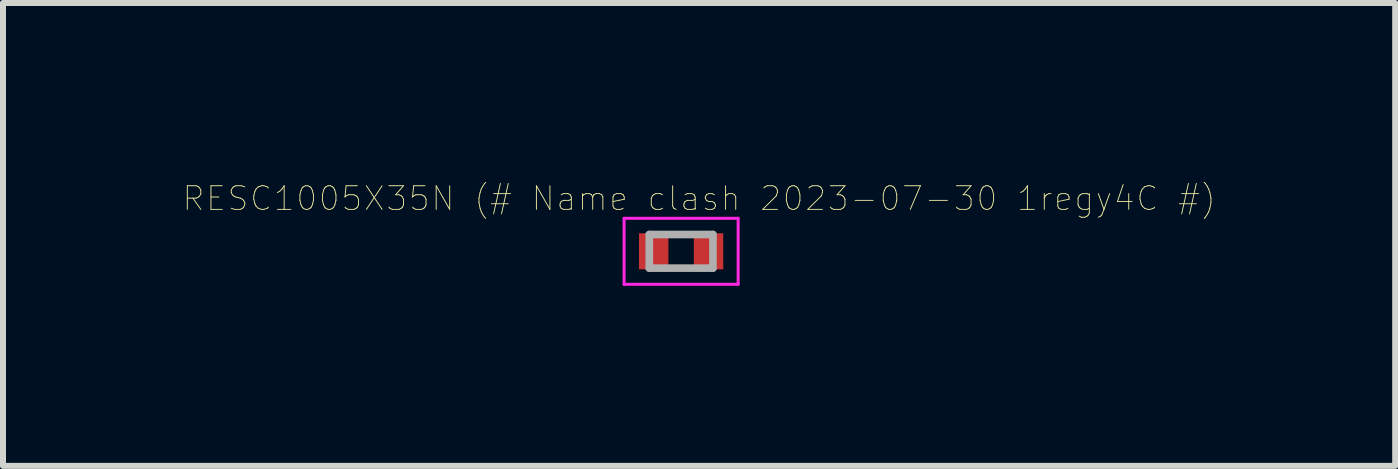
<source format=kicad_pcb>
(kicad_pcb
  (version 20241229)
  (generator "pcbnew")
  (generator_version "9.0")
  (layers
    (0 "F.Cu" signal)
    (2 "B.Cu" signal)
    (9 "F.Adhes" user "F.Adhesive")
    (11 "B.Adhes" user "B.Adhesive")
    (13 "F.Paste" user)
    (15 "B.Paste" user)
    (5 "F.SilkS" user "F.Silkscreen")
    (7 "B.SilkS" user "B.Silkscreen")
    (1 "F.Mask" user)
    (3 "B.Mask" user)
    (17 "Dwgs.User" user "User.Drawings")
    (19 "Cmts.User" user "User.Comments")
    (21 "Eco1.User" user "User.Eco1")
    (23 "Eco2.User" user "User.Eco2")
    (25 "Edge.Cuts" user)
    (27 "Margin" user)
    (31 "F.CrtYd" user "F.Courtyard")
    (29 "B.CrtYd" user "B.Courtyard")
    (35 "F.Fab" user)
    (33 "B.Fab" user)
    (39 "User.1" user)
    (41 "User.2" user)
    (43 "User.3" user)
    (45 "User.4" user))
  (footprint "RESC1005X35N (# Name clash 2023-07-30 1regy4C #)"
    (layer "F.Cu")
    (at 8.298 1.137)
    (property "Reference" "RESC1005X35N (# Name clash 2023-07-30 1regy4C #)" (at 0.3 -0.88 0) (layer "F.SilkS") (effects (font (size 0.394 0.394) (thickness 0.015))))
    (attr through_hole)
    (fp_line (start -0.95 -0.55) (end 0.95 -0.55) (stroke (width 0.05) (type solid)) (layer "F.CrtYd"))
    (fp_line (start -0.95 0.55) (end -0.95 -0.55) (stroke (width 0.05) (type solid)) (layer "F.CrtYd"))
    (fp_line (start -0.95 0.55) (end 0.95 0.55) (stroke (width 0.05) (type solid)) (layer "F.CrtYd"))
    (fp_line (start 0.95 0.55) (end 0.95 -0.55) (stroke (width 0.05) (type solid)) (layer "F.CrtYd"))
    (fp_line (start -0.53 0.28) (end -0.53 -0.28) (stroke (width 0.127) (type solid)) (layer "F.Fab"))
    (fp_line (start 0.53 -0.28) (end -0.53 -0.28) (stroke (width 0.127) (type solid)) (layer "F.Fab"))
    (fp_line (start 0.53 0.28) (end -0.53 0.28) (stroke (width 0.127) (type solid)) (layer "F.Fab"))
    (fp_line (start 0.53 0.28) (end 0.53 -0.28) (stroke (width 0.127) (type solid)) (layer "F.Fab"))
    (pad "1" smd rect (at -0.457 0) (size 0.49 0.6) (layers "F.Cu" "F.Mask" "F.Paste"))
    (pad "2" smd rect (at 0.457 0) (size 0.49 0.6) (layers "F.Cu" "F.Mask" "F.Paste")))
  (gr_rect
    (start -3 -3)
    (end 20.195 4.712)
    (stroke (width 0.1) (type default))
    (fill no)
    (layer "Edge.Cuts")))
</source>
